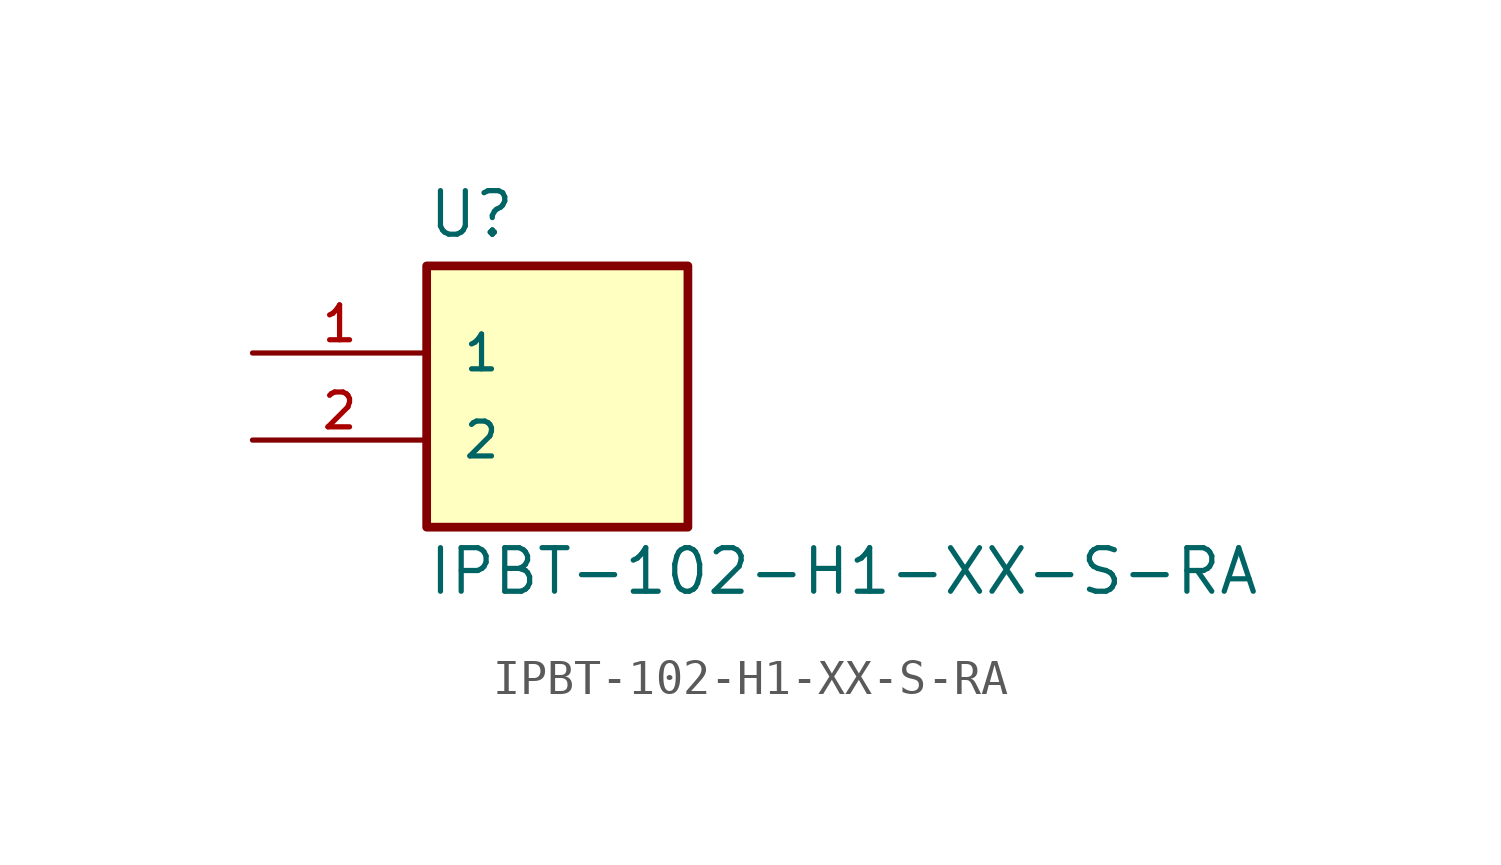
<source format=kicad_sym>
(kicad_symbol_lib
  (version 20211014)
  (generator kicad_symbol_editor)
  (symbol "IPBT-102-H1-XX-S-RA"
    (pin_names
      (offset 1.016))
    (property "Reference" "U"
      (at 5.08 3.302 0)
      (effects (font (size 1.27 1.27)) (justify bottom left)))
    (property "Value" "IPBT-102-H1-XX-S-RA"
      (at 5.08 -7.112 0)
      (effects (font (size 1.27 1.27)) (justify bottom left)))
    (symbol "IPBT-102-H1-XX-S-RA_0_0"
      (rectangle (start 5.08 -5.08) (end 12.7 2.54) (stroke (width 0.254)) (fill (type background)))
      (pin bidirectional line (at 0.0 0.0 0) (length 5.08) (name "1" (effects (font (size 1.016 1.016)))) (number "1" (effects (font (size 1.016 1.016)))))
      (pin bidirectional line (at 0.0 -2.54 0) (length 5.08) (name "2" (effects (font (size 1.016 1.016)))) (number "2" (effects (font (size 1.016 1.016))))))))
</source>
